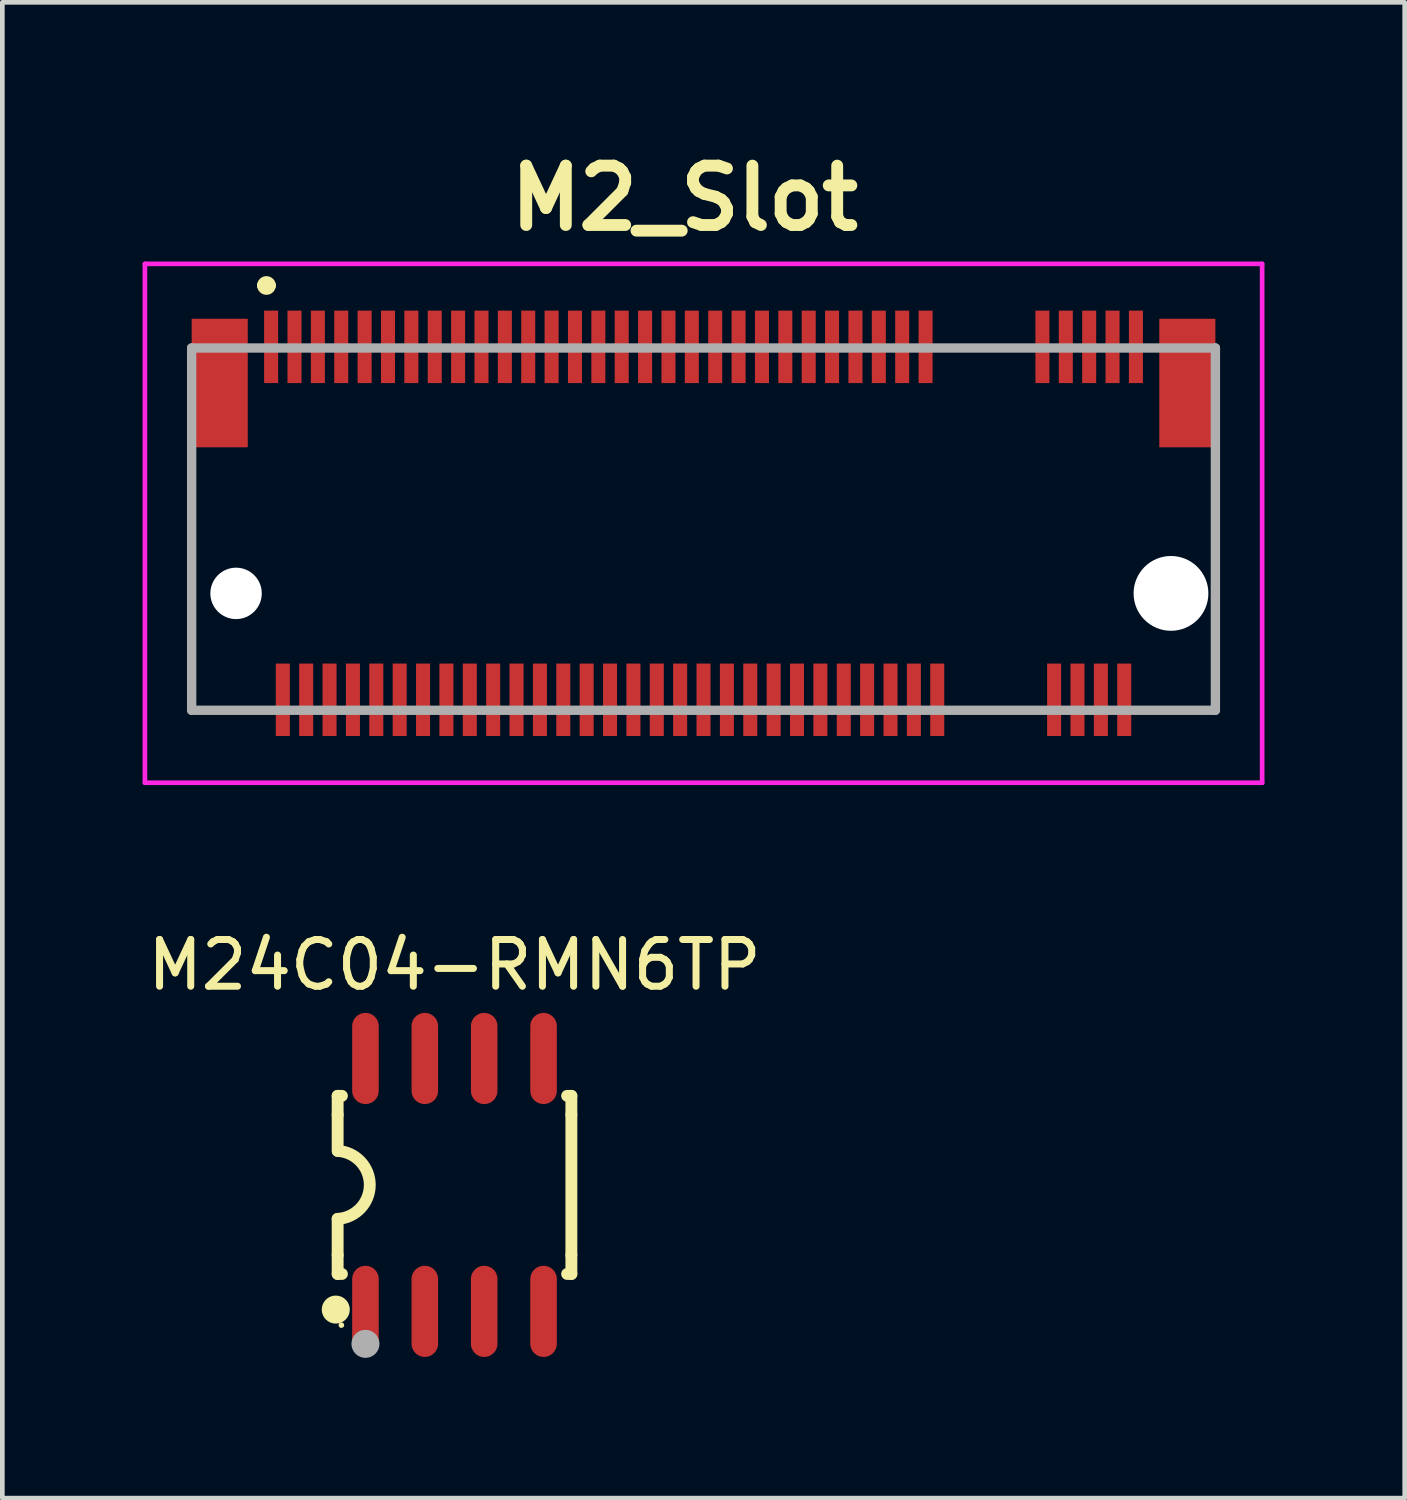
<source format=kicad_pcb>
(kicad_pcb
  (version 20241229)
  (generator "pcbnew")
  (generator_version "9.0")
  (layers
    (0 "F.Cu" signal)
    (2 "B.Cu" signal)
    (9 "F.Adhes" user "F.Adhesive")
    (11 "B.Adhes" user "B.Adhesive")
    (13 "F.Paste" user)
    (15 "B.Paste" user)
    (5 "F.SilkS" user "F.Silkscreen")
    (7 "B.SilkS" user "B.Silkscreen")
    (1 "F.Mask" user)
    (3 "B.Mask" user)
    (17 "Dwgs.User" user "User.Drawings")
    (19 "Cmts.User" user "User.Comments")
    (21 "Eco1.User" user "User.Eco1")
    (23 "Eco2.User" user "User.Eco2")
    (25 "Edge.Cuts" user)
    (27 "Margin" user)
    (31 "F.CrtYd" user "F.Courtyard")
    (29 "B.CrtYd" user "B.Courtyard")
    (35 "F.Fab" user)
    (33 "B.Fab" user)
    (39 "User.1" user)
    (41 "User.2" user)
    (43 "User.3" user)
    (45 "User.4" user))
  (footprint "M24C04-RMN6TP"
    (layer "F.Cu")
    (at 6.673 22.298)
    (property "Reference" "M24C04-RMN6TP" (at 0 -4.705 0) (layer "F.SilkS") (effects (font (size 1 1) (thickness 0.15))))
    (attr through_hole)
    (fp_line (start -2.5 -1.905) (end -2.409 -1.905) (stroke (width 0.254) (type solid)) (layer "F.SilkS"))
    (fp_line (start -2.5 -1.5) (end -2.5 -1.905) (stroke (width 0.254) (type solid)) (layer "F.SilkS"))
    (fp_line (start -2.5 -1.5) (end -2.5 -0.726) (stroke (width 0.254) (type solid)) (layer "F.SilkS"))
    (fp_line (start -2.5 1.5) (end -2.5 0.727) (stroke (width 0.254) (type solid)) (layer "F.SilkS"))
    (fp_line (start -2.5 1.5) (end -2.5 1.905) (stroke (width 0.254) (type solid)) (layer "F.SilkS"))
    (fp_line (start -2.5 1.905) (end -2.409 1.905) (stroke (width 0.254) (type solid)) (layer "F.SilkS"))
    (fp_line (start 2.5 -1.905) (end 2.409 -1.905) (stroke (width 0.254) (type solid)) (layer "F.SilkS"))
    (fp_line (start 2.5 -1.5) (end 2.5 -1.905) (stroke (width 0.254) (type solid)) (layer "F.SilkS"))
    (fp_line (start 2.5 -1.5) (end 2.5 1.5) (stroke (width 0.254) (type solid)) (layer "F.SilkS"))
    (fp_line (start 2.5 1.5) (end 2.5 1.905) (stroke (width 0.254) (type solid)) (layer "F.SilkS"))
    (fp_line (start 2.5 1.905) (end 2.409 1.905) (stroke (width 0.254) (type solid)) (layer "F.SilkS"))
    (fp_arc (start -2.495098 -0.726289) (mid -1.812145 0.002452) (end -2.499999 0.726568) (stroke (width 0.254) (type solid)) (layer "F.SilkS"))
    (fp_circle (center -2.54 2.667) (end -2.39 2.667) (stroke (width 0.3) (type solid)) (fill no) (layer "F.SilkS"))
    (fp_circle (center -2.42 3) (end -2.39 3) (stroke (width 0.06) (type solid)) (fill no) (layer "F.SilkS"))
    (fp_circle (center -1.905 3.4) (end -1.755 3.4) (stroke (width 0.3) (type solid)) (fill no) (layer "F.Fab"))
    (pad "1" smd oval (at -1.905 2.705) (size 0.568 1.95) (layers "F.Cu" "F.Mask" "F.Paste"))
    (pad "2" smd oval (at -0.635 2.705) (size 0.568 1.95) (layers "F.Cu" "F.Mask" "F.Paste"))
    (pad "3" smd oval (at 0.635 2.705) (size 0.568 1.95) (layers "F.Cu" "F.Mask" "F.Paste"))
    (pad "4" smd oval (at 1.905 2.705) (size 0.568 1.95) (layers "F.Cu" "F.Mask" "F.Paste"))
    (pad "5" smd oval (at 1.905 -2.705) (size 0.568 1.95) (layers "F.Cu" "F.Mask" "F.Paste"))
    (pad "6" smd oval (at 0.635 -2.705) (size 0.568 1.95) (layers "F.Cu" "F.Mask" "F.Paste"))
    (pad "7" smd oval (at -0.635 -2.705) (size 0.568 1.95) (layers "F.Cu" "F.Mask" "F.Paste"))
    (pad "8" smd oval (at -1.905 -2.705) (size 0.568 1.95) (layers "F.Cu" "F.Mask" "F.Paste")))
  (footprint "M2_Slot"
    (layer "F.Cu")
    (at 12 8.257)
    (property "Reference" "M2_Slot" (at -0.406 -7.068 0) (layer "F.SilkS") (effects (font (size 1.27 1.27) (thickness 0.254))))
    (attr through_hole)
    (fp_line (start -10.95 -1.4) (end -10.95 3.887) (stroke (width 0.1) (type solid)) (layer "F.SilkS"))
    (fp_line (start -10.95 3.887) (end -9.6 3.887) (stroke (width 0.1) (type solid)) (layer "F.SilkS"))
    (fp_line (start -9.45 -5.2) (end -9.45 -5.2) (stroke (width 0.2) (type solid)) (layer "F.SilkS"))
    (fp_line (start -9.25 -5.2) (end -9.25 -5.2) (stroke (width 0.2) (type solid)) (layer "F.SilkS"))
    (fp_line (start 9.4 3.887) (end 10.95 3.887) (stroke (width 0.1) (type solid)) (layer "F.SilkS"))
    (fp_line (start 10.95 3.887) (end 10.95 2.2) (stroke (width 0.1) (type solid)) (layer "F.SilkS"))
    (fp_arc (start -9.45 -5.2) (mid -9.35 -5.3) (end -9.25 -5.2) (stroke (width 0.2) (type solid)) (layer "F.SilkS"))
    (fp_arc (start -9.25 -5.2) (mid -9.35 -5.1) (end -9.45 -5.2) (stroke (width 0.2) (type solid)) (layer "F.SilkS"))
    (fp_line (start -11.95 -5.662) (end 11.95 -5.662) (stroke (width 0.1) (type solid)) (layer "F.CrtYd"))
    (fp_line (start -11.95 5.438) (end -11.95 -5.662) (stroke (width 0.1) (type solid)) (layer "F.CrtYd"))
    (fp_line (start 11.95 -5.662) (end 11.95 5.438) (stroke (width 0.1) (type solid)) (layer "F.CrtYd"))
    (fp_line (start 11.95 5.438) (end -11.95 5.438) (stroke (width 0.1) (type solid)) (layer "F.CrtYd"))
    (fp_line (start -10.95 -3.863) (end 10.95 -3.863) (stroke (width 0.2) (type solid)) (layer "F.Fab"))
    (fp_line (start -10.95 3.887) (end -10.95 -3.863) (stroke (width 0.2) (type solid)) (layer "F.Fab"))
    (fp_line (start 10.95 -3.863) (end 10.95 3.887) (stroke (width 0.2) (type solid)) (layer "F.Fab"))
    (fp_line (start 10.95 3.887) (end -10.95 3.887) (stroke (width 0.2) (type solid)) (layer "F.Fab"))
    (pad "" np_thru_hole circle (at -10 1.387) (size 1.1 1.1) (drill 1.1) (layers "*.Cu" "*.Mask"))
    (pad "" np_thru_hole circle (at 10 1.387) (size 1.6 1.6) (drill 1.6) (layers "*.Cu" "*.Mask"))
    (pad "1" smd rect (at -9.25 -3.887) (size 0.3 1.55) (layers "F.Cu" "F.Mask" "F.Paste"))
    (pad "2" smd rect (at -9 3.663) (size 0.3 1.55) (layers "F.Cu" "F.Mask" "F.Paste"))
    (pad "3" smd rect (at -8.75 -3.887) (size 0.3 1.55) (layers "F.Cu" "F.Mask" "F.Paste"))
    (pad "4" smd rect (at -8.5 3.663) (size 0.3 1.55) (layers "F.Cu" "F.Mask" "F.Paste"))
    (pad "5" smd rect (at -8.25 -3.887) (size 0.3 1.55) (layers "F.Cu" "F.Mask" "F.Paste"))
    (pad "6" smd rect (at -8 3.663) (size 0.3 1.55) (layers "F.Cu" "F.Mask" "F.Paste"))
    (pad "7" smd rect (at -7.75 -3.887) (size 0.3 1.55) (layers "F.Cu" "F.Mask" "F.Paste"))
    (pad "8" smd rect (at -7.5 3.663) (size 0.3 1.55) (layers "F.Cu" "F.Mask" "F.Paste"))
    (pad "9" smd rect (at -7.25 -3.887) (size 0.3 1.55) (layers "F.Cu" "F.Mask" "F.Paste"))
    (pad "10" smd rect (at -7 3.663) (size 0.3 1.55) (layers "F.Cu" "F.Mask" "F.Paste"))
    (pad "11" smd rect (at -6.75 -3.887) (size 0.3 1.55) (layers "F.Cu" "F.Mask" "F.Paste"))
    (pad "12" smd rect (at -6.5 3.663) (size 0.3 1.55) (layers "F.Cu" "F.Mask" "F.Paste"))
    (pad "13" smd rect (at -6.25 -3.887) (size 0.3 1.55) (layers "F.Cu" "F.Mask" "F.Paste"))
    (pad "14" smd rect (at -6 3.663) (size 0.3 1.55) (layers "F.Cu" "F.Mask" "F.Paste"))
    (pad "15" smd rect (at -5.75 -3.887) (size 0.3 1.55) (layers "F.Cu" "F.Mask" "F.Paste"))
    (pad "16" smd rect (at -5.5 3.663) (size 0.3 1.55) (layers "F.Cu" "F.Mask" "F.Paste"))
    (pad "17" smd rect (at -5.25 -3.887) (size 0.3 1.55) (layers "F.Cu" "F.Mask" "F.Paste"))
    (pad "18" smd rect (at -5 3.663) (size 0.3 1.55) (layers "F.Cu" "F.Mask" "F.Paste"))
    (pad "19" smd rect (at -4.75 -3.887) (size 0.3 1.55) (layers "F.Cu" "F.Mask" "F.Paste"))
    (pad "20" smd rect (at -4.5 3.663) (size 0.3 1.55) (layers "F.Cu" "F.Mask" "F.Paste"))
    (pad "21" smd rect (at -4.25 -3.887) (size 0.3 1.55) (layers "F.Cu" "F.Mask" "F.Paste"))
    (pad "22" smd rect (at -4 3.663) (size 0.3 1.55) (layers "F.Cu" "F.Mask" "F.Paste"))
    (pad "23" smd rect (at -3.75 -3.887) (size 0.3 1.55) (layers "F.Cu" "F.Mask" "F.Paste"))
    (pad "24" smd rect (at -3.5 3.663) (size 0.3 1.55) (layers "F.Cu" "F.Mask" "F.Paste"))
    (pad "25" smd rect (at -3.25 -3.887) (size 0.3 1.55) (layers "F.Cu" "F.Mask" "F.Paste"))
    (pad "26" smd rect (at -3 3.663) (size 0.3 1.55) (layers "F.Cu" "F.Mask" "F.Paste"))
    (pad "27" smd rect (at -2.75 -3.887) (size 0.3 1.55) (layers "F.Cu" "F.Mask" "F.Paste"))
    (pad "28" smd rect (at -2.5 3.663) (size 0.3 1.55) (layers "F.Cu" "F.Mask" "F.Paste"))
    (pad "29" smd rect (at -2.25 -3.887) (size 0.3 1.55) (layers "F.Cu" "F.Mask" "F.Paste"))
    (pad "30" smd rect (at -2 3.663) (size 0.3 1.55) (layers "F.Cu" "F.Mask" "F.Paste"))
    (pad "31" smd rect (at -1.75 -3.887) (size 0.3 1.55) (layers "F.Cu" "F.Mask" "F.Paste"))
    (pad "32" smd rect (at -1.5 3.663) (size 0.3 1.55) (layers "F.Cu" "F.Mask" "F.Paste"))
    (pad "33" smd rect (at -1.25 -3.887) (size 0.3 1.55) (layers "F.Cu" "F.Mask" "F.Paste"))
    (pad "34" smd rect (at -1 3.663) (size 0.3 1.55) (layers "F.Cu" "F.Mask" "F.Paste"))
    (pad "35" smd rect (at -0.75 -3.887) (size 0.3 1.55) (layers "F.Cu" "F.Mask" "F.Paste"))
    (pad "36" smd rect (at -0.5 3.663) (size 0.3 1.55) (layers "F.Cu" "F.Mask" "F.Paste"))
    (pad "37" smd rect (at -0.25 -3.887) (size 0.3 1.55) (layers "F.Cu" "F.Mask" "F.Paste"))
    (pad "38" smd rect (at 0 3.663) (size 0.3 1.55) (layers "F.Cu" "F.Mask" "F.Paste"))
    (pad "39" smd rect (at 0.25 -3.887) (size 0.3 1.55) (layers "F.Cu" "F.Mask" "F.Paste"))
    (pad "40" smd rect (at 0.5 3.663) (size 0.3 1.55) (layers "F.Cu" "F.Mask" "F.Paste"))
    (pad "41" smd rect (at 0.75 -3.887) (size 0.3 1.55) (layers "F.Cu" "F.Mask" "F.Paste"))
    (pad "42" smd rect (at 1 3.663) (size 0.3 1.55) (layers "F.Cu" "F.Mask" "F.Paste"))
    (pad "43" smd rect (at 1.25 -3.887) (size 0.3 1.55) (layers "F.Cu" "F.Mask" "F.Paste"))
    (pad "44" smd rect (at 1.5 3.663) (size 0.3 1.55) (layers "F.Cu" "F.Mask" "F.Paste"))
    (pad "45" smd rect (at 1.75 -3.887) (size 0.3 1.55) (layers "F.Cu" "F.Mask" "F.Paste"))
    (pad "46" smd rect (at 2 3.663) (size 0.3 1.55) (layers "F.Cu" "F.Mask" "F.Paste"))
    (pad "47" smd rect (at 2.25 -3.887) (size 0.3 1.55) (layers "F.Cu" "F.Mask" "F.Paste"))
    (pad "48" smd rect (at 2.5 3.663) (size 0.3 1.55) (layers "F.Cu" "F.Mask" "F.Paste"))
    (pad "49" smd rect (at 2.75 -3.887) (size 0.3 1.55) (layers "F.Cu" "F.Mask" "F.Paste"))
    (pad "50" smd rect (at 3 3.663) (size 0.3 1.55) (layers "F.Cu" "F.Mask" "F.Paste"))
    (pad "51" smd rect (at 3.25 -3.887) (size 0.3 1.55) (layers "F.Cu" "F.Mask" "F.Paste"))
    (pad "52" smd rect (at 3.5 3.663) (size 0.3 1.55) (layers "F.Cu" "F.Mask" "F.Paste"))
    (pad "53" smd rect (at 3.75 -3.887) (size 0.3 1.55) (layers "F.Cu" "F.Mask" "F.Paste"))
    (pad "54" smd rect (at 4 3.663) (size 0.3 1.55) (layers "F.Cu" "F.Mask" "F.Paste"))
    (pad "55" smd rect (at 4.25 -3.887) (size 0.3 1.55) (layers "F.Cu" "F.Mask" "F.Paste"))
    (pad "56" smd rect (at 4.5 3.663) (size 0.3 1.55) (layers "F.Cu" "F.Mask" "F.Paste"))
    (pad "57" smd rect (at 4.75 -3.887) (size 0.3 1.55) (layers "F.Cu" "F.Mask" "F.Paste"))
    (pad "58" smd rect (at 5 3.663) (size 0.3 1.55) (layers "F.Cu" "F.Mask" "F.Paste"))
    (pad "67" smd rect (at 7.25 -3.887) (size 0.3 1.55) (layers "F.Cu" "F.Mask" "F.Paste"))
    (pad "68" smd rect (at 7.5 3.663) (size 0.3 1.55) (layers "F.Cu" "F.Mask" "F.Paste"))
    (pad "69" smd rect (at 7.75 -3.887) (size 0.3 1.55) (layers "F.Cu" "F.Mask" "F.Paste"))
    (pad "70" smd rect (at 8 3.663) (size 0.3 1.55) (layers "F.Cu" "F.Mask" "F.Paste"))
    (pad "71" smd rect (at 8.25 -3.887) (size 0.3 1.55) (layers "F.Cu" "F.Mask" "F.Paste"))
    (pad "72" smd rect (at 8.5 3.663) (size 0.3 1.55) (layers "F.Cu" "F.Mask" "F.Paste"))
    (pad "73" smd rect (at 8.75 -3.887) (size 0.3 1.55) (layers "F.Cu" "F.Mask" "F.Paste"))
    (pad "74" smd rect (at 9 3.663) (size 0.3 1.55) (layers "F.Cu" "F.Mask" "F.Paste"))
    (pad "75" smd rect (at 9.25 -3.887) (size 0.3 1.55) (layers "F.Cu" "F.Mask" "F.Paste"))
    (pad "MP1" smd rect (at -10.35 -3.113) (size 1.2 2.75) (layers "F.Cu" "F.Mask" "F.Paste"))
    (pad "MP2" smd rect (at 10.35 -3.113) (size 1.2 2.75) (layers "F.Cu" "F.Mask" "F.Paste")))
  (gr_rect
    (start -3 -3)
    (end 27 28.999)
    (stroke (width 0.1) (type default))
    (fill no)
    (layer "Edge.Cuts")))
</source>
